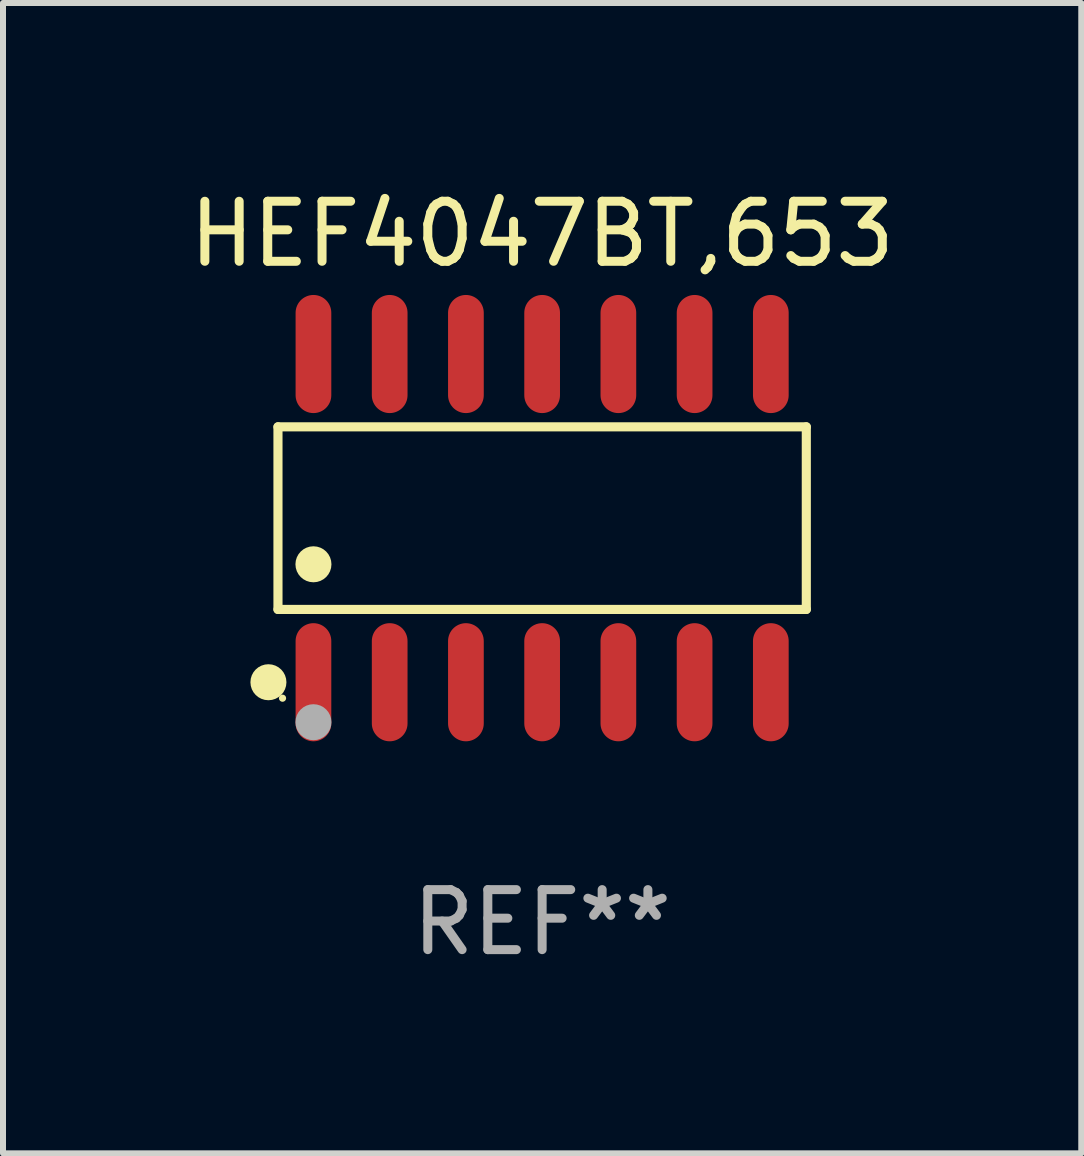
<source format=kicad_pcb>
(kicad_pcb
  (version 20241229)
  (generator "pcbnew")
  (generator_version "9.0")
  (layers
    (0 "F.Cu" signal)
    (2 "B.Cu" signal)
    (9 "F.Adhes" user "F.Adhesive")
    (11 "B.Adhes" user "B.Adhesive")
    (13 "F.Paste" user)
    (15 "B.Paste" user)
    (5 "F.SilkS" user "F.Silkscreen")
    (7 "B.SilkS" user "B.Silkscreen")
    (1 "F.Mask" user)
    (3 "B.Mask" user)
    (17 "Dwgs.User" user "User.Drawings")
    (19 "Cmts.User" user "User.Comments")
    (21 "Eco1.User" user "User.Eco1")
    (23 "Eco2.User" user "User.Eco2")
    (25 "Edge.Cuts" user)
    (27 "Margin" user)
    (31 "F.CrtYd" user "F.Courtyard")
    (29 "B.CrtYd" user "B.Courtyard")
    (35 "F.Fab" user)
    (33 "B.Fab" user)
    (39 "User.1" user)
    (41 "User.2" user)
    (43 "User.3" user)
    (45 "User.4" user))
  (footprint "HEF4047BT,653"
    (layer "F.Cu")
    (at 5.982 5.582)
    (property "Reference" "HEF4047BT,653" (at 0 -4.734 0) (layer "F.SilkS") (effects (font (size 1 1) (thickness 0.15))))
    (attr through_hole)
    (fp_line (start -4.401 -1.521) (end 4.401 -1.521) (stroke (width 0.152) (type solid)) (layer "F.SilkS"))
    (fp_line (start -4.401 1.521) (end -4.401 -1.521) (stroke (width 0.152) (type solid)) (layer "F.SilkS"))
    (fp_line (start 4.401 -1.521) (end 4.401 1.521) (stroke (width 0.152) (type solid)) (layer "F.SilkS"))
    (fp_line (start 4.401 1.521) (end -4.401 1.521) (stroke (width 0.152) (type solid)) (layer "F.SilkS"))
    (fp_circle (center -4.56 2.734) (end -4.41 2.734) (stroke (width 0.3) (type solid)) (fill no) (layer "F.SilkS"))
    (fp_circle (center -4.325 3) (end -4.295 3) (stroke (width 0.06) (type solid)) (fill no) (layer "F.SilkS"))
    (fp_circle (center -3.81 0.769) (end -3.66 0.769) (stroke (width 0.3) (type solid)) (fill no) (layer "F.SilkS"))
    (fp_circle (center -3.81 3.4) (end -3.66 3.4) (stroke (width 0.3) (type solid)) (fill no) (layer "F.Fab"))
    (fp_text user "REF**" (at 0 6.734 0) (layer "F.Fab") (effects (font (size 1 1) (thickness 0.15))))
    (pad "1" smd oval (at -3.81 2.734) (size 0.595 1.968) (layers "F.Cu" "F.Mask" "F.Paste"))
    (pad "2" smd oval (at -2.54 2.734) (size 0.595 1.968) (layers "F.Cu" "F.Mask" "F.Paste"))
    (pad "3" smd oval (at -1.27 2.734) (size 0.595 1.968) (layers "F.Cu" "F.Mask" "F.Paste"))
    (pad "4" smd oval (at 0 2.734) (size 0.595 1.968) (layers "F.Cu" "F.Mask" "F.Paste"))
    (pad "5" smd oval (at 1.27 2.734) (size 0.595 1.968) (layers "F.Cu" "F.Mask" "F.Paste"))
    (pad "6" smd oval (at 2.54 2.734) (size 0.595 1.968) (layers "F.Cu" "F.Mask" "F.Paste"))
    (pad "7" smd oval (at 3.81 2.734) (size 0.595 1.968) (layers "F.Cu" "F.Mask" "F.Paste"))
    (pad "8" smd oval (at 3.81 -2.734) (size 0.595 1.968) (layers "F.Cu" "F.Mask" "F.Paste"))
    (pad "9" smd oval (at 2.54 -2.734) (size 0.595 1.968) (layers "F.Cu" "F.Mask" "F.Paste"))
    (pad "10" smd oval (at 1.27 -2.734) (size 0.595 1.968) (layers "F.Cu" "F.Mask" "F.Paste"))
    (pad "11" smd oval (at 0 -2.734) (size 0.595 1.968) (layers "F.Cu" "F.Mask" "F.Paste"))
    (pad "12" smd oval (at -1.27 -2.734) (size 0.595 1.968) (layers "F.Cu" "F.Mask" "F.Paste"))
    (pad "13" smd oval (at -2.54 -2.734) (size 0.595 1.968) (layers "F.Cu" "F.Mask" "F.Paste"))
    (pad "14" smd oval (at -3.81 -2.734) (size 0.595 1.968) (layers "F.Cu" "F.Mask" "F.Paste")))
  (gr_rect
    (start -3 -3)
    (end 14.964 16.164)
    (stroke (width 0.1) (type default))
    (fill no)
    (layer "Edge.Cuts")))
</source>
